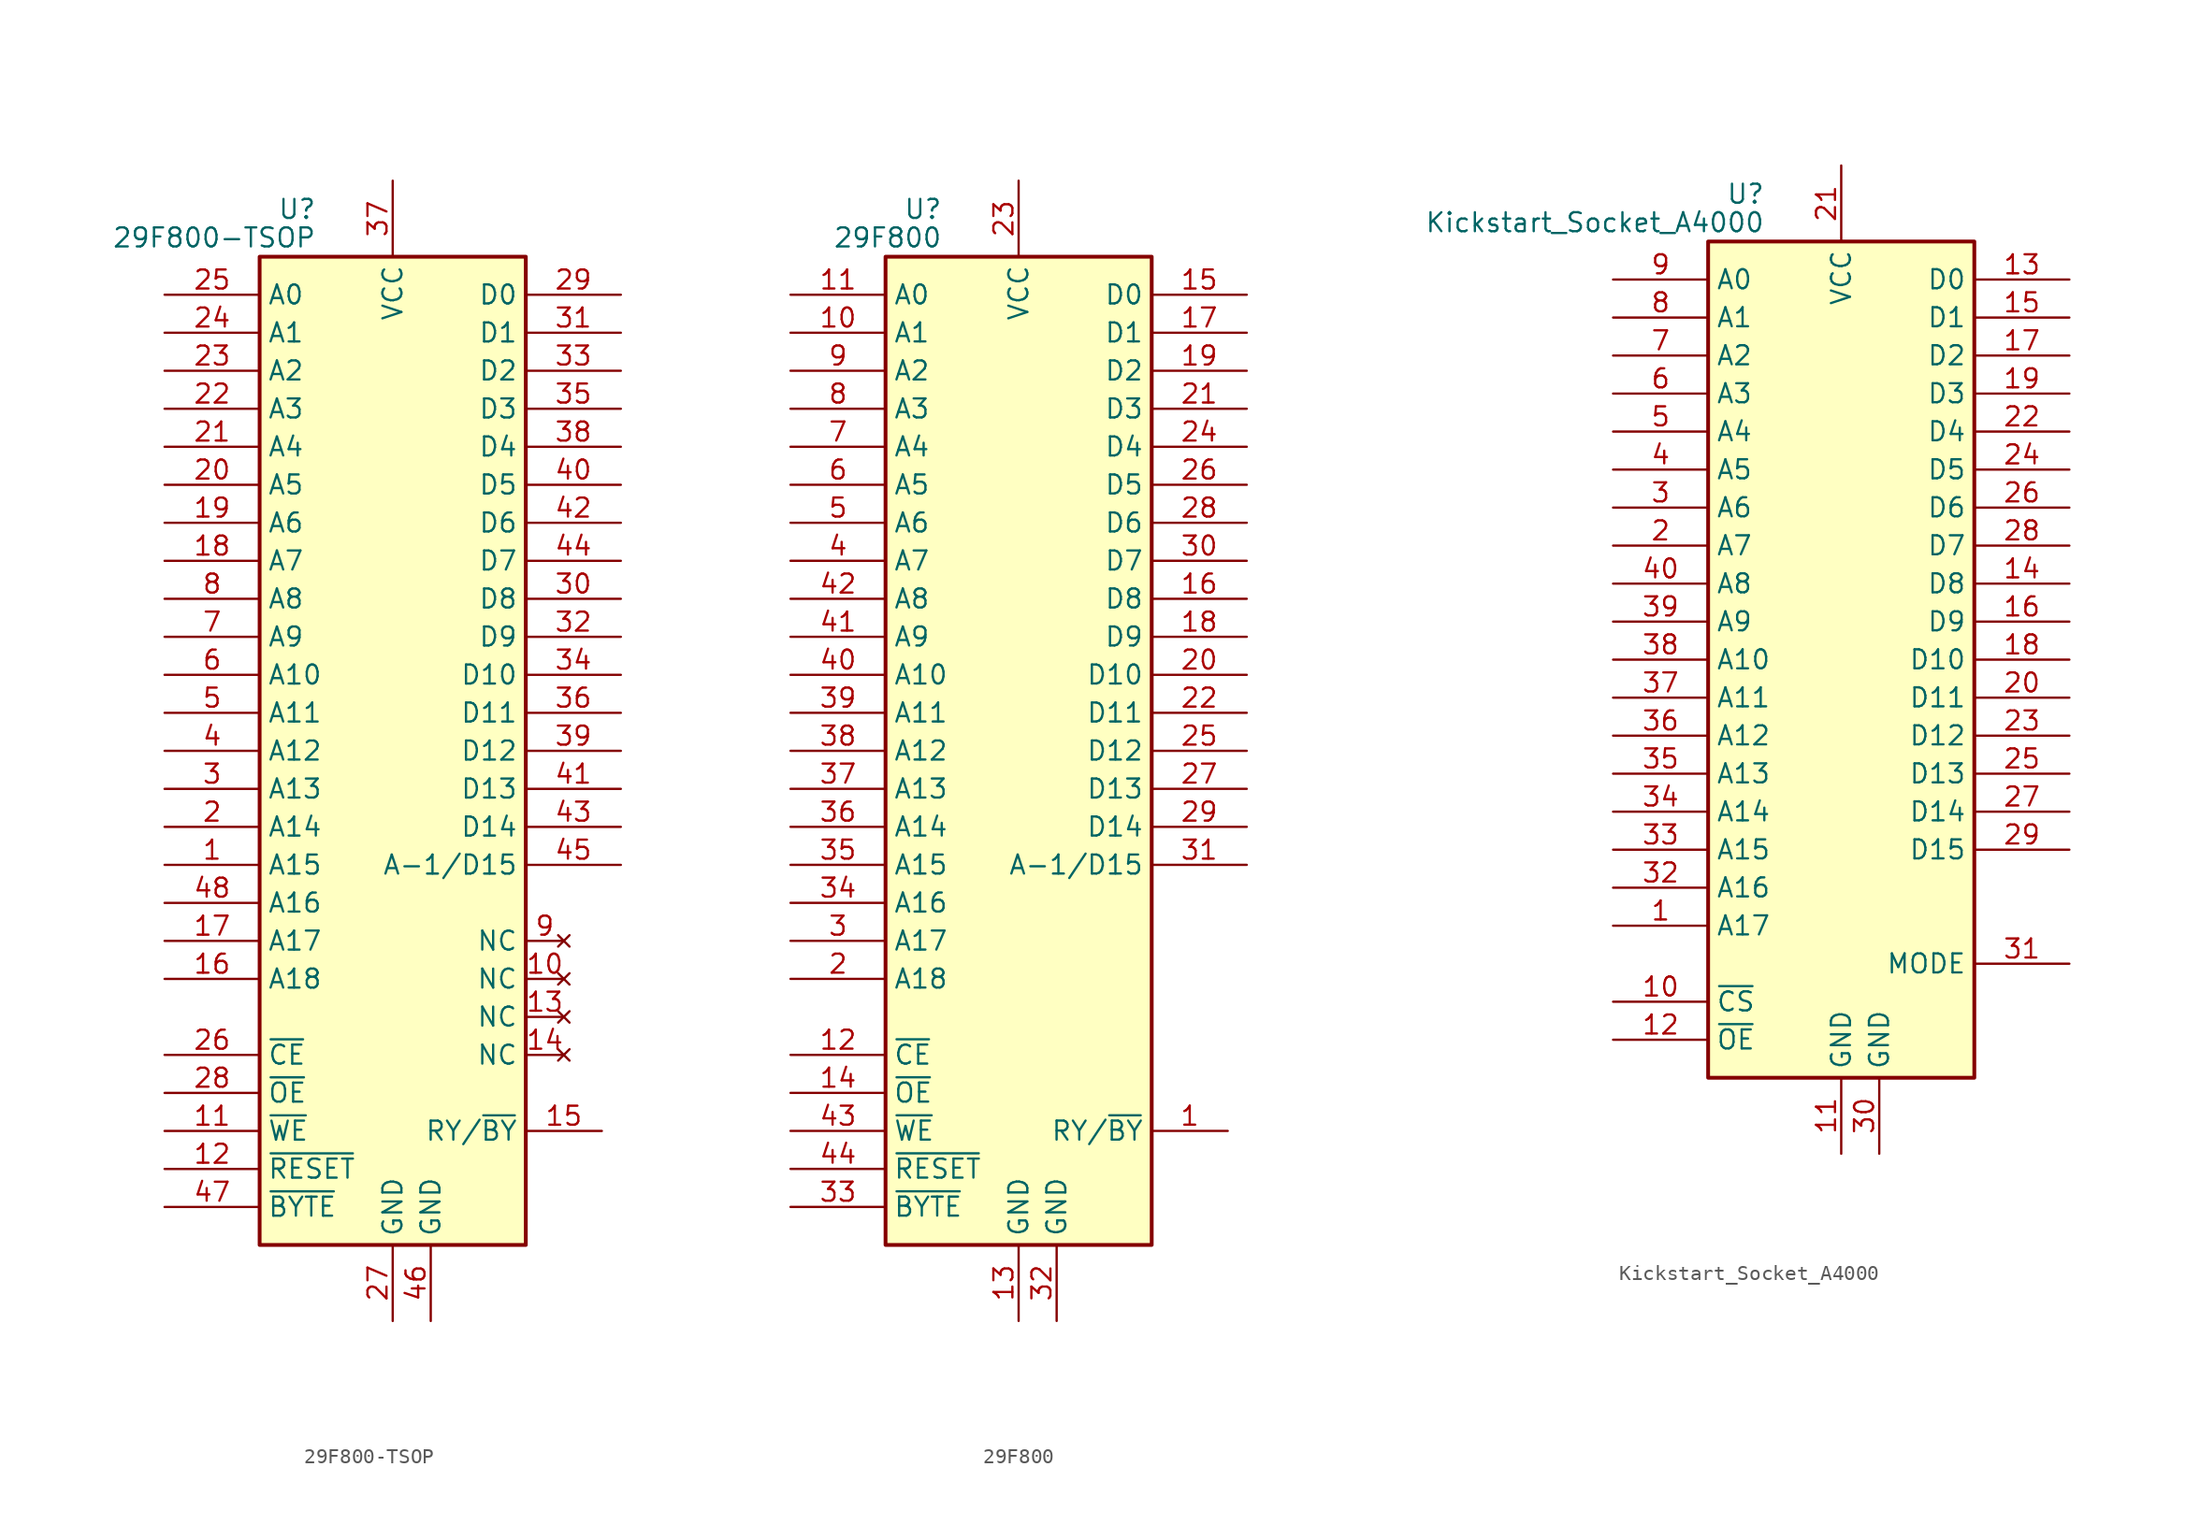
<source format=kicad_sym>
(kicad_symbol_lib
  (version 20220914)
  (generator kicad_symbol_editor)
  (symbol "29F800-TSOP"
    (property "Reference" "U"
      (at -5.08 36.195 0)
      (effects (font (size 1.27 1.27)) (justify right)))
    (property "Value" "29F800-TSOP"
      (at -5.08 34.29 0)
      (effects (font (size 1.27 1.27)) (justify right)))
    (symbol "29F800-TSOP_0_0"
      (pin no_connect line (at 11.43 -15.24 180) (length 2.54) (name "NC" (effects (font (size 1.27 1.27)))) (number "10" (effects (font (size 1.27 1.27)))))
      (pin no_connect line (at 11.43 -17.78 180) (length 2.54) (name "NC" (effects (font (size 1.27 1.27)))) (number "13" (effects (font (size 1.27 1.27)))))
      (pin no_connect line (at 11.43 -20.32 180) (length 2.54) (name "NC" (effects (font (size 1.27 1.27)))) (number "14" (effects (font (size 1.27 1.27)))))
      (pin no_connect line (at 11.43 -12.7 180) (length 2.54) (name "NC" (effects (font (size 1.27 1.27)))) (number "9" (effects (font (size 1.27 1.27))))))
    (symbol "29F800-TSOP_0_1"
      (rectangle (start -8.89 33.02) (end 8.89 -33.02) (stroke (width 0.254) (type solid)) (fill (type background))))
    (symbol "29F800-TSOP_1_1"
      (pin input line (at -15.24 -7.62 0) (length 6.35) (name "A15" (effects (font (size 1.27 1.27)))) (number "1" (effects (font (size 1.27 1.27)))))
      (pin input line (at -15.24 -25.4 0) (length 6.35) (name "~{WE}" (effects (font (size 1.27 1.27)))) (number "11" (effects (font (size 1.27 1.27)))))
      (pin input line (at -15.24 -27.94 0) (length 6.35) (name "~{RESET}" (effects (font (size 1.27 1.27)))) (number "12" (effects (font (size 1.27 1.27)))))
      (pin output line (at 13.97 -25.4 180) (length 5.08) (name "RY/~{BY}" (effects (font (size 1.27 1.27)))) (number "15" (effects (font (size 1.27 1.27)))))
      (pin input line (at -15.24 -15.24 0) (length 6.35) (name "A18" (effects (font (size 1.27 1.27)))) (number "16" (effects (font (size 1.27 1.27)))))
      (pin input line (at -15.24 -12.7 0) (length 6.35) (name "A17" (effects (font (size 1.27 1.27)))) (number "17" (effects (font (size 1.27 1.27)))))
      (pin input line (at -15.24 12.7 0) (length 6.35) (name "A7" (effects (font (size 1.27 1.27)))) (number "18" (effects (font (size 1.27 1.27)))))
      (pin input line (at -15.24 15.24 0) (length 6.35) (name "A6" (effects (font (size 1.27 1.27)))) (number "19" (effects (font (size 1.27 1.27)))))
      (pin input line (at -15.24 -5.08 0) (length 6.35) (name "A14" (effects (font (size 1.27 1.27)))) (number "2" (effects (font (size 1.27 1.27)))))
      (pin input line (at -15.24 17.78 0) (length 6.35) (name "A5" (effects (font (size 1.27 1.27)))) (number "20" (effects (font (size 1.27 1.27)))))
      (pin input line (at -15.24 20.32 0) (length 6.35) (name "A4" (effects (font (size 1.27 1.27)))) (number "21" (effects (font (size 1.27 1.27)))))
      (pin input line (at -15.24 22.86 0) (length 6.35) (name "A3" (effects (font (size 1.27 1.27)))) (number "22" (effects (font (size 1.27 1.27)))))
      (pin input line (at -15.24 25.4 0) (length 6.35) (name "A2" (effects (font (size 1.27 1.27)))) (number "23" (effects (font (size 1.27 1.27)))))
      (pin input line (at -15.24 27.94 0) (length 6.35) (name "A1" (effects (font (size 1.27 1.27)))) (number "24" (effects (font (size 1.27 1.27)))))
      (pin input line (at -15.24 30.48 0) (length 6.35) (name "A0" (effects (font (size 1.27 1.27)))) (number "25" (effects (font (size 1.27 1.27)))))
      (pin input line (at -15.24 -20.32 0) (length 6.35) (name "~{CE}" (effects (font (size 1.27 1.27)))) (number "26" (effects (font (size 1.27 1.27)))))
      (pin power_in line (at 0 -38.1 90) (length 5.08) (name "GND" (effects (font (size 1.27 1.27)))) (number "27" (effects (font (size 1.27 1.27)))))
      (pin input line (at -15.24 -22.86 0) (length 6.35) (name "~{OE}" (effects (font (size 1.27 1.27)))) (number "28" (effects (font (size 1.27 1.27)))))
      (pin tri_state line (at 15.24 30.48 180) (length 6.35) (name "D0" (effects (font (size 1.27 1.27)))) (number "29" (effects (font (size 1.27 1.27)))))
      (pin input line (at -15.24 -2.54 0) (length 6.35) (name "A13" (effects (font (size 1.27 1.27)))) (number "3" (effects (font (size 1.27 1.27)))))
      (pin tri_state line (at 15.24 10.16 180) (length 6.35) (name "D8" (effects (font (size 1.27 1.27)))) (number "30" (effects (font (size 1.27 1.27)))))
      (pin tri_state line (at 15.24 27.94 180) (length 6.35) (name "D1" (effects (font (size 1.27 1.27)))) (number "31" (effects (font (size 1.27 1.27)))))
      (pin tri_state line (at 15.24 7.62 180) (length 6.35) (name "D9" (effects (font (size 1.27 1.27)))) (number "32" (effects (font (size 1.27 1.27)))))
      (pin tri_state line (at 15.24 25.4 180) (length 6.35) (name "D2" (effects (font (size 1.27 1.27)))) (number "33" (effects (font (size 1.27 1.27)))))
      (pin tri_state line (at 15.24 5.08 180) (length 6.35) (name "D10" (effects (font (size 1.27 1.27)))) (number "34" (effects (font (size 1.27 1.27)))))
      (pin tri_state line (at 15.24 22.86 180) (length 6.35) (name "D3" (effects (font (size 1.27 1.27)))) (number "35" (effects (font (size 1.27 1.27)))))
      (pin tri_state line (at 15.24 2.54 180) (length 6.35) (name "D11" (effects (font (size 1.27 1.27)))) (number "36" (effects (font (size 1.27 1.27)))))
      (pin power_in line (at 0 38.1 270) (length 5.08) (name "VCC" (effects (font (size 1.27 1.27)))) (number "37" (effects (font (size 1.27 1.27)))))
      (pin tri_state line (at 15.24 20.32 180) (length 6.35) (name "D4" (effects (font (size 1.27 1.27)))) (number "38" (effects (font (size 1.27 1.27)))))
      (pin tri_state line (at 15.24 0 180) (length 6.35) (name "D12" (effects (font (size 1.27 1.27)))) (number "39" (effects (font (size 1.27 1.27)))))
      (pin input line (at -15.24 0 0) (length 6.35) (name "A12" (effects (font (size 1.27 1.27)))) (number "4" (effects (font (size 1.27 1.27)))))
      (pin tri_state line (at 15.24 17.78 180) (length 6.35) (name "D5" (effects (font (size 1.27 1.27)))) (number "40" (effects (font (size 1.27 1.27)))))
      (pin tri_state line (at 15.24 -2.54 180) (length 6.35) (name "D13" (effects (font (size 1.27 1.27)))) (number "41" (effects (font (size 1.27 1.27)))))
      (pin tri_state line (at 15.24 15.24 180) (length 6.35) (name "D6" (effects (font (size 1.27 1.27)))) (number "42" (effects (font (size 1.27 1.27)))))
      (pin tri_state line (at 15.24 -5.08 180) (length 6.35) (name "D14" (effects (font (size 1.27 1.27)))) (number "43" (effects (font (size 1.27 1.27)))))
      (pin tri_state line (at 15.24 12.7 180) (length 6.35) (name "D7" (effects (font (size 1.27 1.27)))) (number "44" (effects (font (size 1.27 1.27)))))
      (pin tri_state line (at 15.24 -7.62 180) (length 6.35) (name "A-1/D15" (effects (font (size 1.27 1.27)))) (number "45" (effects (font (size 1.27 1.27)))))
      (pin power_in line (at 2.54 -38.1 90) (length 5.08) (name "GND" (effects (font (size 1.27 1.27)))) (number "46" (effects (font (size 1.27 1.27)))))
      (pin input line (at -15.24 -30.48 0) (length 6.35) (name "~{BYTE}" (effects (font (size 1.27 1.27)))) (number "47" (effects (font (size 1.27 1.27)))))
      (pin input line (at -15.24 -10.16 0) (length 6.35) (name "A16" (effects (font (size 1.27 1.27)))) (number "48" (effects (font (size 1.27 1.27)))))
      (pin input line (at -15.24 2.54 0) (length 6.35) (name "A11" (effects (font (size 1.27 1.27)))) (number "5" (effects (font (size 1.27 1.27)))))
      (pin input line (at -15.24 5.08 0) (length 6.35) (name "A10" (effects (font (size 1.27 1.27)))) (number "6" (effects (font (size 1.27 1.27)))))
      (pin input line (at -15.24 7.62 0) (length 6.35) (name "A9" (effects (font (size 1.27 1.27)))) (number "7" (effects (font (size 1.27 1.27)))))
      (pin input line (at -15.24 10.16 0) (length 6.35) (name "A8" (effects (font (size 1.27 1.27)))) (number "8" (effects (font (size 1.27 1.27)))))))
  (symbol "29F800"
    (property "Reference" "U"
      (at -5.08 36.195 0)
      (effects (font (size 1.27 1.27)) (justify right)))
    (property "Value" "29F800"
      (at -5.08 34.29 0)
      (effects (font (size 1.27 1.27)) (justify right)))
    (symbol "29F800_0_1"
      (rectangle (start -8.89 33.02) (end 8.89 -33.02) (stroke (width 0.254) (type solid)) (fill (type background))))
    (symbol "29F800_1_1"
      (pin output line (at 13.97 -25.4 180) (length 5.08) (name "RY/~{BY}" (effects (font (size 1.27 1.27)))) (number "1" (effects (font (size 1.27 1.27)))))
      (pin input line (at -15.24 27.94 0) (length 6.35) (name "A1" (effects (font (size 1.27 1.27)))) (number "10" (effects (font (size 1.27 1.27)))))
      (pin input line (at -15.24 30.48 0) (length 6.35) (name "A0" (effects (font (size 1.27 1.27)))) (number "11" (effects (font (size 1.27 1.27)))))
      (pin input line (at -15.24 -20.32 0) (length 6.35) (name "~{CE}" (effects (font (size 1.27 1.27)))) (number "12" (effects (font (size 1.27 1.27)))))
      (pin power_in line (at 0 -38.1 90) (length 5.08) (name "GND" (effects (font (size 1.27 1.27)))) (number "13" (effects (font (size 1.27 1.27)))))
      (pin input line (at -15.24 -22.86 0) (length 6.35) (name "~{OE}" (effects (font (size 1.27 1.27)))) (number "14" (effects (font (size 1.27 1.27)))))
      (pin tri_state line (at 15.24 30.48 180) (length 6.35) (name "D0" (effects (font (size 1.27 1.27)))) (number "15" (effects (font (size 1.27 1.27)))))
      (pin tri_state line (at 15.24 10.16 180) (length 6.35) (name "D8" (effects (font (size 1.27 1.27)))) (number "16" (effects (font (size 1.27 1.27)))))
      (pin tri_state line (at 15.24 27.94 180) (length 6.35) (name "D1" (effects (font (size 1.27 1.27)))) (number "17" (effects (font (size 1.27 1.27)))))
      (pin tri_state line (at 15.24 7.62 180) (length 6.35) (name "D9" (effects (font (size 1.27 1.27)))) (number "18" (effects (font (size 1.27 1.27)))))
      (pin tri_state line (at 15.24 25.4 180) (length 6.35) (name "D2" (effects (font (size 1.27 1.27)))) (number "19" (effects (font (size 1.27 1.27)))))
      (pin input line (at -15.24 -15.24 0) (length 6.35) (name "A18" (effects (font (size 1.27 1.27)))) (number "2" (effects (font (size 1.27 1.27)))))
      (pin tri_state line (at 15.24 5.08 180) (length 6.35) (name "D10" (effects (font (size 1.27 1.27)))) (number "20" (effects (font (size 1.27 1.27)))))
      (pin tri_state line (at 15.24 22.86 180) (length 6.35) (name "D3" (effects (font (size 1.27 1.27)))) (number "21" (effects (font (size 1.27 1.27)))))
      (pin tri_state line (at 15.24 2.54 180) (length 6.35) (name "D11" (effects (font (size 1.27 1.27)))) (number "22" (effects (font (size 1.27 1.27)))))
      (pin power_in line (at 0 38.1 270) (length 5.08) (name "VCC" (effects (font (size 1.27 1.27)))) (number "23" (effects (font (size 1.27 1.27)))))
      (pin tri_state line (at 15.24 20.32 180) (length 6.35) (name "D4" (effects (font (size 1.27 1.27)))) (number "24" (effects (font (size 1.27 1.27)))))
      (pin tri_state line (at 15.24 0 180) (length 6.35) (name "D12" (effects (font (size 1.27 1.27)))) (number "25" (effects (font (size 1.27 1.27)))))
      (pin tri_state line (at 15.24 17.78 180) (length 6.35) (name "D5" (effects (font (size 1.27 1.27)))) (number "26" (effects (font (size 1.27 1.27)))))
      (pin tri_state line (at 15.24 -2.54 180) (length 6.35) (name "D13" (effects (font (size 1.27 1.27)))) (number "27" (effects (font (size 1.27 1.27)))))
      (pin tri_state line (at 15.24 15.24 180) (length 6.35) (name "D6" (effects (font (size 1.27 1.27)))) (number "28" (effects (font (size 1.27 1.27)))))
      (pin tri_state line (at 15.24 -5.08 180) (length 6.35) (name "D14" (effects (font (size 1.27 1.27)))) (number "29" (effects (font (size 1.27 1.27)))))
      (pin input line (at -15.24 -12.7 0) (length 6.35) (name "A17" (effects (font (size 1.27 1.27)))) (number "3" (effects (font (size 1.27 1.27)))))
      (pin tri_state line (at 15.24 12.7 180) (length 6.35) (name "D7" (effects (font (size 1.27 1.27)))) (number "30" (effects (font (size 1.27 1.27)))))
      (pin tri_state line (at 15.24 -7.62 180) (length 6.35) (name "A-1/D15" (effects (font (size 1.27 1.27)))) (number "31" (effects (font (size 1.27 1.27)))))
      (pin power_in line (at 2.54 -38.1 90) (length 5.08) (name "GND" (effects (font (size 1.27 1.27)))) (number "32" (effects (font (size 1.27 1.27)))))
      (pin input line (at -15.24 -30.48 0) (length 6.35) (name "~{BYTE}" (effects (font (size 1.27 1.27)))) (number "33" (effects (font (size 1.27 1.27)))))
      (pin input line (at -15.24 -10.16 0) (length 6.35) (name "A16" (effects (font (size 1.27 1.27)))) (number "34" (effects (font (size 1.27 1.27)))))
      (pin input line (at -15.24 -7.62 0) (length 6.35) (name "A15" (effects (font (size 1.27 1.27)))) (number "35" (effects (font (size 1.27 1.27)))))
      (pin input line (at -15.24 -5.08 0) (length 6.35) (name "A14" (effects (font (size 1.27 1.27)))) (number "36" (effects (font (size 1.27 1.27)))))
      (pin input line (at -15.24 -2.54 0) (length 6.35) (name "A13" (effects (font (size 1.27 1.27)))) (number "37" (effects (font (size 1.27 1.27)))))
      (pin input line (at -15.24 0 0) (length 6.35) (name "A12" (effects (font (size 1.27 1.27)))) (number "38" (effects (font (size 1.27 1.27)))))
      (pin input line (at -15.24 2.54 0) (length 6.35) (name "A11" (effects (font (size 1.27 1.27)))) (number "39" (effects (font (size 1.27 1.27)))))
      (pin input line (at -15.24 12.7 0) (length 6.35) (name "A7" (effects (font (size 1.27 1.27)))) (number "4" (effects (font (size 1.27 1.27)))))
      (pin input line (at -15.24 5.08 0) (length 6.35) (name "A10" (effects (font (size 1.27 1.27)))) (number "40" (effects (font (size 1.27 1.27)))))
      (pin input line (at -15.24 7.62 0) (length 6.35) (name "A9" (effects (font (size 1.27 1.27)))) (number "41" (effects (font (size 1.27 1.27)))))
      (pin input line (at -15.24 10.16 0) (length 6.35) (name "A8" (effects (font (size 1.27 1.27)))) (number "42" (effects (font (size 1.27 1.27)))))
      (pin input line (at -15.24 -25.4 0) (length 6.35) (name "~{WE}" (effects (font (size 1.27 1.27)))) (number "43" (effects (font (size 1.27 1.27)))))
      (pin input line (at -15.24 -27.94 0) (length 6.35) (name "~{RESET}" (effects (font (size 1.27 1.27)))) (number "44" (effects (font (size 1.27 1.27)))))
      (pin input line (at -15.24 15.24 0) (length 6.35) (name "A6" (effects (font (size 1.27 1.27)))) (number "5" (effects (font (size 1.27 1.27)))))
      (pin input line (at -15.24 17.78 0) (length 6.35) (name "A5" (effects (font (size 1.27 1.27)))) (number "6" (effects (font (size 1.27 1.27)))))
      (pin input line (at -15.24 20.32 0) (length 6.35) (name "A4" (effects (font (size 1.27 1.27)))) (number "7" (effects (font (size 1.27 1.27)))))
      (pin input line (at -15.24 22.86 0) (length 6.35) (name "A3" (effects (font (size 1.27 1.27)))) (number "8" (effects (font (size 1.27 1.27)))))
      (pin input line (at -15.24 25.4 0) (length 6.35) (name "A2" (effects (font (size 1.27 1.27)))) (number "9" (effects (font (size 1.27 1.27)))))))
  (symbol "Kickstart_Socket_A4000"
    (property "Reference" "U"
      (at -5.08 31.115 0)
      (effects (font (size 1.27 1.27)) (justify right)))
    (property "Value" "Kickstart_Socket_A4000"
      (at -5.08 29.21 0)
      (effects (font (size 1.27 1.27)) (justify right)))
    (symbol "Kickstart_Socket_A4000_0_1"
      (rectangle (start -8.89 27.94) (end 8.89 -27.94) (stroke (width 0.254) (type solid)) (fill (type background))))
    (symbol "Kickstart_Socket_A4000_1_1"
      (pin output line (at -15.24 -17.78 0) (length 6.35) (name "A17" (effects (font (size 1.27 1.27)))) (number "1" (effects (font (size 1.27 1.27)))))
      (pin output line (at -15.24 -22.86 0) (length 6.35) (name "~{CS}" (effects (font (size 1.27 1.27)))) (number "10" (effects (font (size 1.27 1.27)))))
      (pin power_out line (at 0 -33.02 90) (length 5.08) (name "GND" (effects (font (size 1.27 1.27)))) (number "11" (effects (font (size 1.27 1.27)))))
      (pin output line (at -15.24 -25.4 0) (length 6.35) (name "~{OE}" (effects (font (size 1.27 1.27)))) (number "12" (effects (font (size 1.27 1.27)))))
      (pin bidirectional line (at 15.24 25.4 180) (length 6.35) (name "D0" (effects (font (size 1.27 1.27)))) (number "13" (effects (font (size 1.27 1.27)))))
      (pin bidirectional line (at 15.24 5.08 180) (length 6.35) (name "D8" (effects (font (size 1.27 1.27)))) (number "14" (effects (font (size 1.27 1.27)))))
      (pin bidirectional line (at 15.24 22.86 180) (length 6.35) (name "D1" (effects (font (size 1.27 1.27)))) (number "15" (effects (font (size 1.27 1.27)))))
      (pin bidirectional line (at 15.24 2.54 180) (length 6.35) (name "D9" (effects (font (size 1.27 1.27)))) (number "16" (effects (font (size 1.27 1.27)))))
      (pin bidirectional line (at 15.24 20.32 180) (length 6.35) (name "D2" (effects (font (size 1.27 1.27)))) (number "17" (effects (font (size 1.27 1.27)))))
      (pin bidirectional line (at 15.24 0 180) (length 6.35) (name "D10" (effects (font (size 1.27 1.27)))) (number "18" (effects (font (size 1.27 1.27)))))
      (pin bidirectional line (at 15.24 17.78 180) (length 6.35) (name "D3" (effects (font (size 1.27 1.27)))) (number "19" (effects (font (size 1.27 1.27)))))
      (pin output line (at -15.24 7.62 0) (length 6.35) (name "A7" (effects (font (size 1.27 1.27)))) (number "2" (effects (font (size 1.27 1.27)))))
      (pin bidirectional line (at 15.24 -2.54 180) (length 6.35) (name "D11" (effects (font (size 1.27 1.27)))) (number "20" (effects (font (size 1.27 1.27)))))
      (pin power_out line (at 0 33.02 270) (length 5.08) (name "VCC" (effects (font (size 1.27 1.27)))) (number "21" (effects (font (size 1.27 1.27)))))
      (pin bidirectional line (at 15.24 15.24 180) (length 6.35) (name "D4" (effects (font (size 1.27 1.27)))) (number "22" (effects (font (size 1.27 1.27)))))
      (pin bidirectional line (at 15.24 -5.08 180) (length 6.35) (name "D12" (effects (font (size 1.27 1.27)))) (number "23" (effects (font (size 1.27 1.27)))))
      (pin bidirectional line (at 15.24 12.7 180) (length 6.35) (name "D5" (effects (font (size 1.27 1.27)))) (number "24" (effects (font (size 1.27 1.27)))))
      (pin bidirectional line (at 15.24 -7.62 180) (length 6.35) (name "D13" (effects (font (size 1.27 1.27)))) (number "25" (effects (font (size 1.27 1.27)))))
      (pin bidirectional line (at 15.24 10.16 180) (length 6.35) (name "D6" (effects (font (size 1.27 1.27)))) (number "26" (effects (font (size 1.27 1.27)))))
      (pin bidirectional line (at 15.24 -10.16 180) (length 6.35) (name "D14" (effects (font (size 1.27 1.27)))) (number "27" (effects (font (size 1.27 1.27)))))
      (pin bidirectional line (at 15.24 7.62 180) (length 6.35) (name "D7" (effects (font (size 1.27 1.27)))) (number "28" (effects (font (size 1.27 1.27)))))
      (pin bidirectional line (at 15.24 -12.7 180) (length 6.35) (name "D15" (effects (font (size 1.27 1.27)))) (number "29" (effects (font (size 1.27 1.27)))))
      (pin output line (at -15.24 10.16 0) (length 6.35) (name "A6" (effects (font (size 1.27 1.27)))) (number "3" (effects (font (size 1.27 1.27)))))
      (pin power_out line (at 2.54 -33.02 90) (length 5.08) (name "GND" (effects (font (size 1.27 1.27)))) (number "30" (effects (font (size 1.27 1.27)))))
      (pin output line (at 15.24 -20.32 180) (length 6.35) (name "MODE" (effects (font (size 1.27 1.27)))) (number "31" (effects (font (size 1.27 1.27)))))
      (pin output line (at -15.24 -15.24 0) (length 6.35) (name "A16" (effects (font (size 1.27 1.27)))) (number "32" (effects (font (size 1.27 1.27)))))
      (pin output line (at -15.24 -12.7 0) (length 6.35) (name "A15" (effects (font (size 1.27 1.27)))) (number "33" (effects (font (size 1.27 1.27)))))
      (pin output line (at -15.24 -10.16 0) (length 6.35) (name "A14" (effects (font (size 1.27 1.27)))) (number "34" (effects (font (size 1.27 1.27)))))
      (pin output line (at -15.24 -7.62 0) (length 6.35) (name "A13" (effects (font (size 1.27 1.27)))) (number "35" (effects (font (size 1.27 1.27)))))
      (pin output line (at -15.24 -5.08 0) (length 6.35) (name "A12" (effects (font (size 1.27 1.27)))) (number "36" (effects (font (size 1.27 1.27)))))
      (pin output line (at -15.24 -2.54 0) (length 6.35) (name "A11" (effects (font (size 1.27 1.27)))) (number "37" (effects (font (size 1.27 1.27)))))
      (pin output line (at -15.24 0 0) (length 6.35) (name "A10" (effects (font (size 1.27 1.27)))) (number "38" (effects (font (size 1.27 1.27)))))
      (pin output line (at -15.24 2.54 0) (length 6.35) (name "A9" (effects (font (size 1.27 1.27)))) (number "39" (effects (font (size 1.27 1.27)))))
      (pin output line (at -15.24 12.7 0) (length 6.35) (name "A5" (effects (font (size 1.27 1.27)))) (number "4" (effects (font (size 1.27 1.27)))))
      (pin output line (at -15.24 5.08 0) (length 6.35) (name "A8" (effects (font (size 1.27 1.27)))) (number "40" (effects (font (size 1.27 1.27)))))
      (pin output line (at -15.24 15.24 0) (length 6.35) (name "A4" (effects (font (size 1.27 1.27)))) (number "5" (effects (font (size 1.27 1.27)))))
      (pin output line (at -15.24 17.78 0) (length 6.35) (name "A3" (effects (font (size 1.27 1.27)))) (number "6" (effects (font (size 1.27 1.27)))))
      (pin output line (at -15.24 20.32 0) (length 6.35) (name "A2" (effects (font (size 1.27 1.27)))) (number "7" (effects (font (size 1.27 1.27)))))
      (pin output line (at -15.24 22.86 0) (length 6.35) (name "A1" (effects (font (size 1.27 1.27)))) (number "8" (effects (font (size 1.27 1.27)))))
      (pin output line (at -15.24 25.4 0) (length 6.35) (name "A0" (effects (font (size 1.27 1.27)))) (number "9" (effects (font (size 1.27 1.27))))))))
</source>
